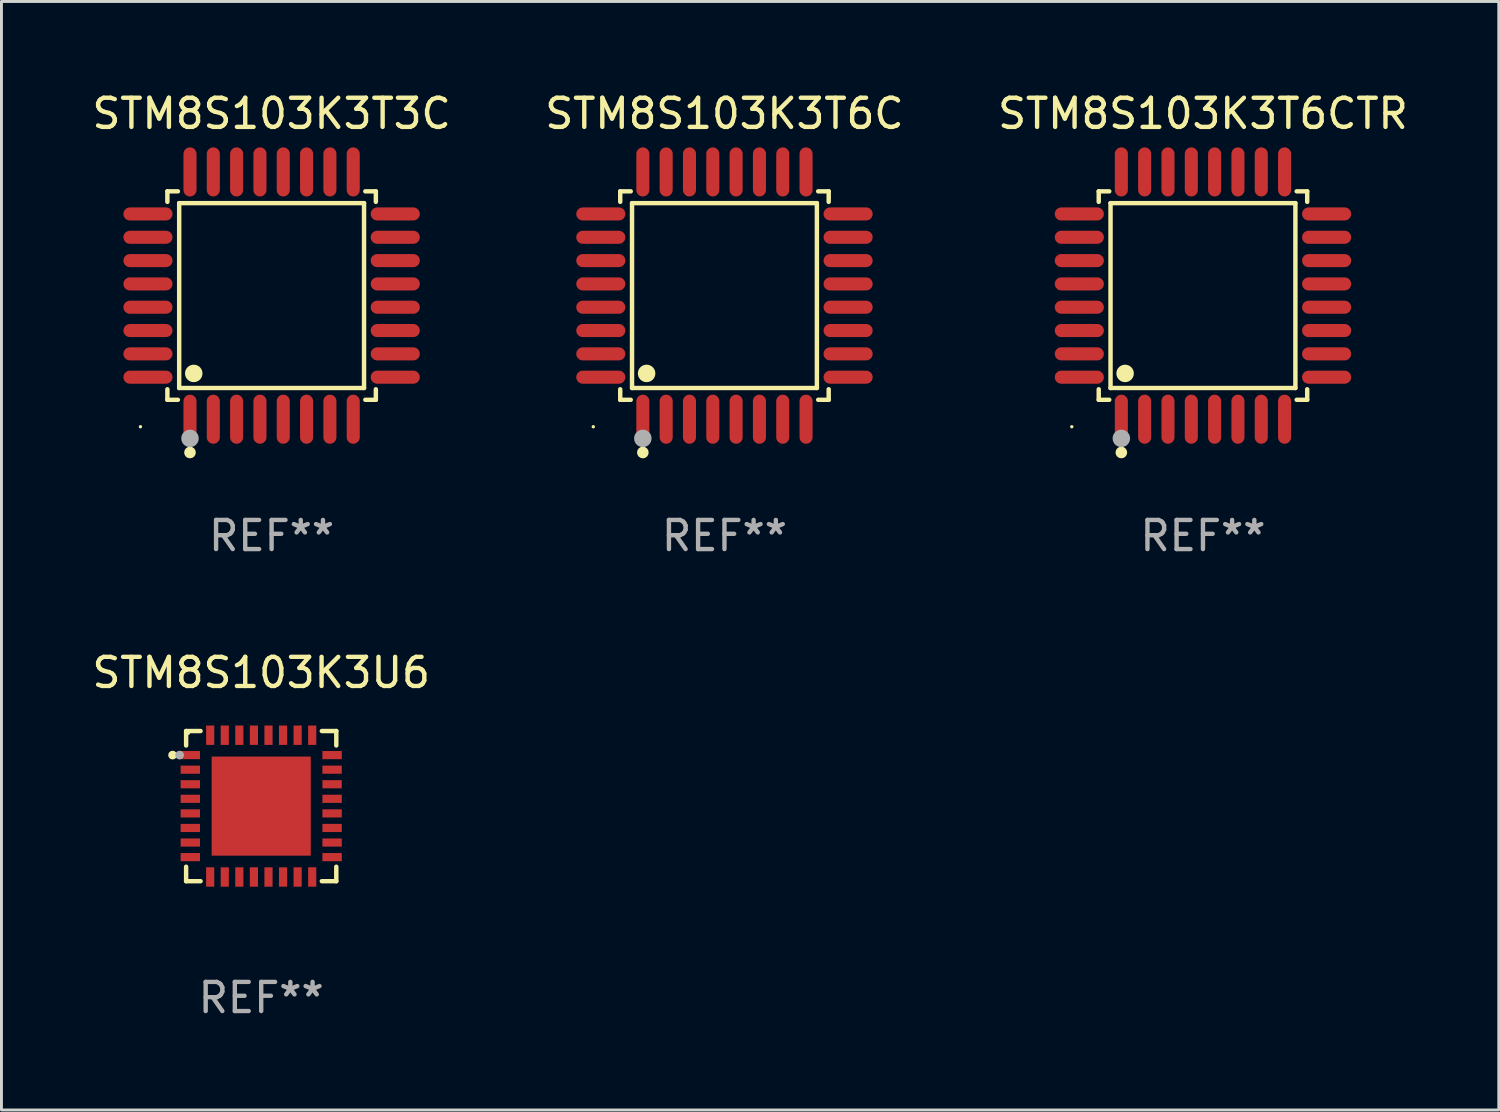
<source format=kicad_pcb>
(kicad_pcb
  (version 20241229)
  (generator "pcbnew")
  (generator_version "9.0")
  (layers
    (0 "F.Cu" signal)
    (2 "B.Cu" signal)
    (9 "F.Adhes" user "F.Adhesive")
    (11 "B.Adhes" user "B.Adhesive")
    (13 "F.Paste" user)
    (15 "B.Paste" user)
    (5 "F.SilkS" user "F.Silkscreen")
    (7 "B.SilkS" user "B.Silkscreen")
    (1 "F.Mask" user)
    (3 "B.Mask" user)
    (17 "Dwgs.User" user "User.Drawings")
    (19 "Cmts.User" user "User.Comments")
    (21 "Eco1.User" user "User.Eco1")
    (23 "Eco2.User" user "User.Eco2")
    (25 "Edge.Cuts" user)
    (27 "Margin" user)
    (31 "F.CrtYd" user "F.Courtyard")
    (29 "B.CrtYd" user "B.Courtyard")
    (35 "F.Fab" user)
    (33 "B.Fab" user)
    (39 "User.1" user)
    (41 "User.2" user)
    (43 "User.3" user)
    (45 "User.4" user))
  (footprint "STM8S103K3U6"
    (layer "F.Cu")
    (at 5.911 24.605)
    (property "Reference" "STM8S103K3U6" (at 0 -4.576 0) (layer "F.SilkS") (effects (font (size 1 1) (thickness 0.15))))
    (attr through_hole)
    (fp_line (start -2.576 -2.576) (end -2.576 -2.08) (stroke (width 0.152) (type solid)) (layer "F.SilkS"))
    (fp_line (start -2.576 2.576) (end -2.576 2.08) (stroke (width 0.152) (type solid)) (layer "F.SilkS"))
    (fp_line (start -2.08 -2.576) (end -2.576 -2.576) (stroke (width 0.152) (type solid)) (layer "F.SilkS"))
    (fp_line (start -2.08 2.576) (end -2.576 2.576) (stroke (width 0.152) (type solid)) (layer "F.SilkS"))
    (fp_line (start 2.08 -2.576) (end 2.576 -2.576) (stroke (width 0.152) (type solid)) (layer "F.SilkS"))
    (fp_line (start 2.08 2.576) (end 2.576 2.576) (stroke (width 0.152) (type solid)) (layer "F.SilkS"))
    (fp_line (start 2.576 -2.576) (end 2.576 -2.08) (stroke (width 0.152) (type solid)) (layer "F.SilkS"))
    (fp_line (start 2.576 2.576) (end 2.576 2.08) (stroke (width 0.152) (type solid)) (layer "F.SilkS"))
    (fp_circle (center -3.04 -1.75) (end -2.965 -1.75) (stroke (width 0.15) (type solid)) (fill no) (layer "F.SilkS"))
    (fp_circle (center -2.5 -2.5) (end -2.47 -2.5) (stroke (width 0.06) (type solid)) (fill no) (layer "F.SilkS"))
    (fp_circle (center -2.8 -1.75) (end -2.725 -1.75) (stroke (width 0.15) (type solid)) (fill no) (layer "F.Fab"))
    (fp_text user "REF**" (at 0 6.576 0) (layer "F.Fab") (effects (font (size 1 1) (thickness 0.15))))
    (pad "1" smd rect (at -2.432 -1.75) (size 0.665 0.28) (layers "F.Cu" "F.Mask" "F.Paste"))
    (pad "2" smd rect (at -2.432 -1.25) (size 0.665 0.28) (layers "F.Cu" "F.Mask" "F.Paste"))
    (pad "3" smd rect (at -2.432 -0.75) (size 0.665 0.28) (layers "F.Cu" "F.Mask" "F.Paste"))
    (pad "4" smd rect (at -2.432 -0.25) (size 0.665 0.28) (layers "F.Cu" "F.Mask" "F.Paste"))
    (pad "5" smd rect (at -2.432 0.25) (size 0.665 0.28) (layers "F.Cu" "F.Mask" "F.Paste"))
    (pad "6" smd rect (at -2.432 0.75) (size 0.665 0.28) (layers "F.Cu" "F.Mask" "F.Paste"))
    (pad "7" smd rect (at -2.432 1.25) (size 0.665 0.28) (layers "F.Cu" "F.Mask" "F.Paste"))
    (pad "8" smd rect (at -2.432 1.75) (size 0.665 0.28) (layers "F.Cu" "F.Mask" "F.Paste"))
    (pad "9" smd rect (at -1.75 2.432) (size 0.28 0.665) (layers "F.Cu" "F.Mask" "F.Paste"))
    (pad "10" smd rect (at -1.25 2.432) (size 0.28 0.665) (layers "F.Cu" "F.Mask" "F.Paste"))
    (pad "11" smd rect (at -0.75 2.432) (size 0.28 0.665) (layers "F.Cu" "F.Mask" "F.Paste"))
    (pad "12" smd rect (at -0.25 2.432) (size 0.28 0.665) (layers "F.Cu" "F.Mask" "F.Paste"))
    (pad "13" smd rect (at 0.25 2.432) (size 0.28 0.665) (layers "F.Cu" "F.Mask" "F.Paste"))
    (pad "14" smd rect (at 0.75 2.432) (size 0.28 0.665) (layers "F.Cu" "F.Mask" "F.Paste"))
    (pad "15" smd rect (at 1.25 2.432) (size 0.28 0.665) (layers "F.Cu" "F.Mask" "F.Paste"))
    (pad "16" smd rect (at 1.75 2.432) (size 0.28 0.665) (layers "F.Cu" "F.Mask" "F.Paste"))
    (pad "17" smd rect (at 2.432 1.75) (size 0.665 0.28) (layers "F.Cu" "F.Mask" "F.Paste"))
    (pad "18" smd rect (at 2.432 1.25) (size 0.665 0.28) (layers "F.Cu" "F.Mask" "F.Paste"))
    (pad "19" smd rect (at 2.432 0.75) (size 0.665 0.28) (layers "F.Cu" "F.Mask" "F.Paste"))
    (pad "20" smd rect (at 2.432 0.25) (size 0.665 0.28) (layers "F.Cu" "F.Mask" "F.Paste"))
    (pad "21" smd rect (at 2.432 -0.25) (size 0.665 0.28) (layers "F.Cu" "F.Mask" "F.Paste"))
    (pad "22" smd rect (at 2.432 -0.75) (size 0.665 0.28) (layers "F.Cu" "F.Mask" "F.Paste"))
    (pad "23" smd rect (at 2.432 -1.25) (size 0.665 0.28) (layers "F.Cu" "F.Mask" "F.Paste"))
    (pad "24" smd rect (at 2.432 -1.75) (size 0.665 0.28) (layers "F.Cu" "F.Mask" "F.Paste"))
    (pad "25" smd rect (at 1.75 -2.432) (size 0.28 0.665) (layers "F.Cu" "F.Mask" "F.Paste"))
    (pad "26" smd rect (at 1.25 -2.432) (size 0.28 0.665) (layers "F.Cu" "F.Mask" "F.Paste"))
    (pad "27" smd rect (at 0.75 -2.432) (size 0.28 0.665) (layers "F.Cu" "F.Mask" "F.Paste"))
    (pad "28" smd rect (at 0.25 -2.432) (size 0.28 0.665) (layers "F.Cu" "F.Mask" "F.Paste"))
    (pad "29" smd rect (at -0.25 -2.432) (size 0.28 0.665) (layers "F.Cu" "F.Mask" "F.Paste"))
    (pad "30" smd rect (at -0.75 -2.432) (size 0.28 0.665) (layers "F.Cu" "F.Mask" "F.Paste"))
    (pad "31" smd rect (at -1.25 -2.432) (size 0.28 0.665) (layers "F.Cu" "F.Mask" "F.Paste"))
    (pad "32" smd rect (at -1.75 -2.432) (size 0.28 0.665) (layers "F.Cu" "F.Mask" "F.Paste"))
    (pad "33" smd rect (at 0 0) (size 3.4 3.4) (layers "F.Cu" "F.Mask" "F.Paste")))
  (footprint "STM8S103K3T3C"
    (layer "F.Cu")
    (at 6.268 7.09)
    (property "Reference" "STM8S103K3T3C" (at 0 -6.242 0) (layer "F.SilkS") (effects (font (size 1 1) (thickness 0.15))))
    (attr through_hole)
    (fp_line (start -3.576 -3.576) (end -3.215 -3.576) (stroke (width 0.152) (type solid)) (layer "F.SilkS"))
    (fp_line (start -3.576 -3.215) (end -3.576 -3.576) (stroke (width 0.152) (type solid)) (layer "F.SilkS"))
    (fp_line (start -3.576 3.215) (end -3.576 3.576) (stroke (width 0.152) (type solid)) (layer "F.SilkS"))
    (fp_line (start -3.576 3.576) (end -3.215 3.576) (stroke (width 0.152) (type solid)) (layer "F.SilkS"))
    (fp_line (start -3.171 -3.171) (end 3.171 -3.171) (stroke (width 0.152) (type solid)) (layer "F.SilkS"))
    (fp_line (start -3.171 3.171) (end -3.171 -3.171) (stroke (width 0.152) (type solid)) (layer "F.SilkS"))
    (fp_line (start 3.171 -3.171) (end 3.171 3.171) (stroke (width 0.152) (type solid)) (layer "F.SilkS"))
    (fp_line (start 3.171 3.171) (end -3.171 3.171) (stroke (width 0.152) (type solid)) (layer "F.SilkS"))
    (fp_line (start 3.576 -3.576) (end 3.215 -3.576) (stroke (width 0.152) (type solid)) (layer "F.SilkS"))
    (fp_line (start 3.576 -3.215) (end 3.576 -3.576) (stroke (width 0.152) (type solid)) (layer "F.SilkS"))
    (fp_line (start 3.576 3.215) (end 3.576 3.576) (stroke (width 0.152) (type solid)) (layer "F.SilkS"))
    (fp_line (start 3.576 3.576) (end 3.215 3.576) (stroke (width 0.152) (type solid)) (layer "F.SilkS"))
    (fp_circle (center -4.5 4.5) (end -4.47 4.5) (stroke (width 0.06) (type solid)) (fill no) (layer "F.SilkS"))
    (fp_circle (center -2.8 5.384) (end -2.7 5.384) (stroke (width 0.2) (type solid)) (fill no) (layer "F.SilkS"))
    (fp_circle (center -2.671 2.671) (end -2.521 2.671) (stroke (width 0.3) (type solid)) (fill no) (layer "F.SilkS"))
    (fp_circle (center -2.8 4.9) (end -2.65 4.9) (stroke (width 0.3) (type solid)) (fill no) (layer "F.Fab"))
    (fp_text user "REF**" (at 0 8.242 0) (layer "F.Fab") (effects (font (size 1 1) (thickness 0.15))))
    (pad "1" smd oval (at -2.8 4.242) (size 0.448 1.684) (layers "F.Cu" "F.Mask" "F.Paste"))
    (pad "2" smd oval (at -2 4.242) (size 0.448 1.684) (layers "F.Cu" "F.Mask" "F.Paste"))
    (pad "3" smd oval (at -1.2 4.242) (size 0.448 1.684) (layers "F.Cu" "F.Mask" "F.Paste"))
    (pad "4" smd oval (at -0.4 4.242) (size 0.448 1.684) (layers "F.Cu" "F.Mask" "F.Paste"))
    (pad "5" smd oval (at 0.4 4.242) (size 0.448 1.684) (layers "F.Cu" "F.Mask" "F.Paste"))
    (pad "6" smd oval (at 1.2 4.242) (size 0.448 1.684) (layers "F.Cu" "F.Mask" "F.Paste"))
    (pad "7" smd oval (at 2 4.242) (size 0.448 1.684) (layers "F.Cu" "F.Mask" "F.Paste"))
    (pad "8" smd oval (at 2.8 4.242) (size 0.448 1.684) (layers "F.Cu" "F.Mask" "F.Paste"))
    (pad "9" smd oval (at 4.242 2.8) (size 1.684 0.448) (layers "F.Cu" "F.Mask" "F.Paste"))
    (pad "10" smd oval (at 4.242 2) (size 1.684 0.448) (layers "F.Cu" "F.Mask" "F.Paste"))
    (pad "11" smd oval (at 4.242 1.2) (size 1.684 0.448) (layers "F.Cu" "F.Mask" "F.Paste"))
    (pad "12" smd oval (at 4.242 0.4) (size 1.684 0.448) (layers "F.Cu" "F.Mask" "F.Paste"))
    (pad "13" smd oval (at 4.242 -0.4) (size 1.684 0.448) (layers "F.Cu" "F.Mask" "F.Paste"))
    (pad "14" smd oval (at 4.242 -1.2) (size 1.684 0.448) (layers "F.Cu" "F.Mask" "F.Paste"))
    (pad "15" smd oval (at 4.242 -2) (size 1.684 0.448) (layers "F.Cu" "F.Mask" "F.Paste"))
    (pad "16" smd oval (at 4.242 -2.8) (size 1.684 0.448) (layers "F.Cu" "F.Mask" "F.Paste"))
    (pad "17" smd oval (at 2.8 -4.242) (size 0.448 1.684) (layers "F.Cu" "F.Mask" "F.Paste"))
    (pad "18" smd oval (at 2 -4.242) (size 0.448 1.684) (layers "F.Cu" "F.Mask" "F.Paste"))
    (pad "19" smd oval (at 1.2 -4.242) (size 0.448 1.684) (layers "F.Cu" "F.Mask" "F.Paste"))
    (pad "20" smd oval (at 0.4 -4.242) (size 0.448 1.684) (layers "F.Cu" "F.Mask" "F.Paste"))
    (pad "21" smd oval (at -0.4 -4.242) (size 0.448 1.684) (layers "F.Cu" "F.Mask" "F.Paste"))
    (pad "22" smd oval (at -1.2 -4.242) (size 0.448 1.684) (layers "F.Cu" "F.Mask" "F.Paste"))
    (pad "23" smd oval (at -2 -4.242) (size 0.448 1.684) (layers "F.Cu" "F.Mask" "F.Paste"))
    (pad "24" smd oval (at -2.8 -4.242) (size 0.448 1.684) (layers "F.Cu" "F.Mask" "F.Paste"))
    (pad "25" smd oval (at -4.242 -2.8) (size 1.684 0.448) (layers "F.Cu" "F.Mask" "F.Paste"))
    (pad "26" smd oval (at -4.242 -2) (size 1.684 0.448) (layers "F.Cu" "F.Mask" "F.Paste"))
    (pad "27" smd oval (at -4.242 -1.2) (size 1.684 0.448) (layers "F.Cu" "F.Mask" "F.Paste"))
    (pad "28" smd oval (at -4.242 -0.4) (size 1.684 0.448) (layers "F.Cu" "F.Mask" "F.Paste"))
    (pad "29" smd oval (at -4.242 0.4) (size 1.684 0.448) (layers "F.Cu" "F.Mask" "F.Paste"))
    (pad "30" smd oval (at -4.242 1.2) (size 1.684 0.448) (layers "F.Cu" "F.Mask" "F.Paste"))
    (pad "31" smd oval (at -4.242 2) (size 1.684 0.448) (layers "F.Cu" "F.Mask" "F.Paste"))
    (pad "32" smd oval (at -4.242 2.8) (size 1.684 0.448) (layers "F.Cu" "F.Mask" "F.Paste")))
  (footprint "STM8S103K3T6CTR"
    (layer "F.Cu")
    (at 38.22 7.09)
    (property "Reference" "STM8S103K3T6CTR" (at 0 -6.242 0) (layer "F.SilkS") (effects (font (size 1 1) (thickness 0.15))))
    (attr through_hole)
    (fp_line (start -3.576 -3.576) (end -3.215 -3.576) (stroke (width 0.152) (type solid)) (layer "F.SilkS"))
    (fp_line (start -3.576 -3.215) (end -3.576 -3.576) (stroke (width 0.152) (type solid)) (layer "F.SilkS"))
    (fp_line (start -3.576 3.215) (end -3.576 3.576) (stroke (width 0.152) (type solid)) (layer "F.SilkS"))
    (fp_line (start -3.576 3.576) (end -3.215 3.576) (stroke (width 0.152) (type solid)) (layer "F.SilkS"))
    (fp_line (start -3.171 -3.171) (end 3.171 -3.171) (stroke (width 0.152) (type solid)) (layer "F.SilkS"))
    (fp_line (start -3.171 3.171) (end -3.171 -3.171) (stroke (width 0.152) (type solid)) (layer "F.SilkS"))
    (fp_line (start 3.171 -3.171) (end 3.171 3.171) (stroke (width 0.152) (type solid)) (layer "F.SilkS"))
    (fp_line (start 3.171 3.171) (end -3.171 3.171) (stroke (width 0.152) (type solid)) (layer "F.SilkS"))
    (fp_line (start 3.576 -3.576) (end 3.215 -3.576) (stroke (width 0.152) (type solid)) (layer "F.SilkS"))
    (fp_line (start 3.576 -3.215) (end 3.576 -3.576) (stroke (width 0.152) (type solid)) (layer "F.SilkS"))
    (fp_line (start 3.576 3.215) (end 3.576 3.576) (stroke (width 0.152) (type solid)) (layer "F.SilkS"))
    (fp_line (start 3.576 3.576) (end 3.215 3.576) (stroke (width 0.152) (type solid)) (layer "F.SilkS"))
    (fp_circle (center -4.5 4.5) (end -4.47 4.5) (stroke (width 0.06) (type solid)) (fill no) (layer "F.SilkS"))
    (fp_circle (center -2.8 5.384) (end -2.7 5.384) (stroke (width 0.2) (type solid)) (fill no) (layer "F.SilkS"))
    (fp_circle (center -2.671 2.671) (end -2.521 2.671) (stroke (width 0.3) (type solid)) (fill no) (layer "F.SilkS"))
    (fp_circle (center -2.8 4.9) (end -2.65 4.9) (stroke (width 0.3) (type solid)) (fill no) (layer "F.Fab"))
    (fp_text user "REF**" (at 0 8.242 0) (layer "F.Fab") (effects (font (size 1 1) (thickness 0.15))))
    (pad "1" smd oval (at -2.8 4.242) (size 0.448 1.684) (layers "F.Cu" "F.Mask" "F.Paste"))
    (pad "2" smd oval (at -2 4.242) (size 0.448 1.684) (layers "F.Cu" "F.Mask" "F.Paste"))
    (pad "3" smd oval (at -1.2 4.242) (size 0.448 1.684) (layers "F.Cu" "F.Mask" "F.Paste"))
    (pad "4" smd oval (at -0.4 4.242) (size 0.448 1.684) (layers "F.Cu" "F.Mask" "F.Paste"))
    (pad "5" smd oval (at 0.4 4.242) (size 0.448 1.684) (layers "F.Cu" "F.Mask" "F.Paste"))
    (pad "6" smd oval (at 1.2 4.242) (size 0.448 1.684) (layers "F.Cu" "F.Mask" "F.Paste"))
    (pad "7" smd oval (at 2 4.242) (size 0.448 1.684) (layers "F.Cu" "F.Mask" "F.Paste"))
    (pad "8" smd oval (at 2.8 4.242) (size 0.448 1.684) (layers "F.Cu" "F.Mask" "F.Paste"))
    (pad "9" smd oval (at 4.242 2.8) (size 1.684 0.448) (layers "F.Cu" "F.Mask" "F.Paste"))
    (pad "10" smd oval (at 4.242 2) (size 1.684 0.448) (layers "F.Cu" "F.Mask" "F.Paste"))
    (pad "11" smd oval (at 4.242 1.2) (size 1.684 0.448) (layers "F.Cu" "F.Mask" "F.Paste"))
    (pad "12" smd oval (at 4.242 0.4) (size 1.684 0.448) (layers "F.Cu" "F.Mask" "F.Paste"))
    (pad "13" smd oval (at 4.242 -0.4) (size 1.684 0.448) (layers "F.Cu" "F.Mask" "F.Paste"))
    (pad "14" smd oval (at 4.242 -1.2) (size 1.684 0.448) (layers "F.Cu" "F.Mask" "F.Paste"))
    (pad "15" smd oval (at 4.242 -2) (size 1.684 0.448) (layers "F.Cu" "F.Mask" "F.Paste"))
    (pad "16" smd oval (at 4.242 -2.8) (size 1.684 0.448) (layers "F.Cu" "F.Mask" "F.Paste"))
    (pad "17" smd oval (at 2.8 -4.242) (size 0.448 1.684) (layers "F.Cu" "F.Mask" "F.Paste"))
    (pad "18" smd oval (at 2 -4.242) (size 0.448 1.684) (layers "F.Cu" "F.Mask" "F.Paste"))
    (pad "19" smd oval (at 1.2 -4.242) (size 0.448 1.684) (layers "F.Cu" "F.Mask" "F.Paste"))
    (pad "20" smd oval (at 0.4 -4.242) (size 0.448 1.684) (layers "F.Cu" "F.Mask" "F.Paste"))
    (pad "21" smd oval (at -0.4 -4.242) (size 0.448 1.684) (layers "F.Cu" "F.Mask" "F.Paste"))
    (pad "22" smd oval (at -1.2 -4.242) (size 0.448 1.684) (layers "F.Cu" "F.Mask" "F.Paste"))
    (pad "23" smd oval (at -2 -4.242) (size 0.448 1.684) (layers "F.Cu" "F.Mask" "F.Paste"))
    (pad "24" smd oval (at -2.8 -4.242) (size 0.448 1.684) (layers "F.Cu" "F.Mask" "F.Paste"))
    (pad "25" smd oval (at -4.242 -2.8) (size 1.684 0.448) (layers "F.Cu" "F.Mask" "F.Paste"))
    (pad "26" smd oval (at -4.242 -2) (size 1.684 0.448) (layers "F.Cu" "F.Mask" "F.Paste"))
    (pad "27" smd oval (at -4.242 -1.2) (size 1.684 0.448) (layers "F.Cu" "F.Mask" "F.Paste"))
    (pad "28" smd oval (at -4.242 -0.4) (size 1.684 0.448) (layers "F.Cu" "F.Mask" "F.Paste"))
    (pad "29" smd oval (at -4.242 0.4) (size 1.684 0.448) (layers "F.Cu" "F.Mask" "F.Paste"))
    (pad "30" smd oval (at -4.242 1.2) (size 1.684 0.448) (layers "F.Cu" "F.Mask" "F.Paste"))
    (pad "31" smd oval (at -4.242 2) (size 1.684 0.448) (layers "F.Cu" "F.Mask" "F.Paste"))
    (pad "32" smd oval (at -4.242 2.8) (size 1.684 0.448) (layers "F.Cu" "F.Mask" "F.Paste")))
  (footprint "STM8S103K3T6C"
    (layer "F.Cu")
    (at 21.804 7.09)
    (property "Reference" "STM8S103K3T6C" (at 0 -6.242 0) (layer "F.SilkS") (effects (font (size 1 1) (thickness 0.15))))
    (attr through_hole)
    (fp_line (start -3.576 -3.576) (end -3.215 -3.576) (stroke (width 0.152) (type solid)) (layer "F.SilkS"))
    (fp_line (start -3.576 -3.215) (end -3.576 -3.576) (stroke (width 0.152) (type solid)) (layer "F.SilkS"))
    (fp_line (start -3.576 3.215) (end -3.576 3.576) (stroke (width 0.152) (type solid)) (layer "F.SilkS"))
    (fp_line (start -3.576 3.576) (end -3.215 3.576) (stroke (width 0.152) (type solid)) (layer "F.SilkS"))
    (fp_line (start -3.171 -3.171) (end 3.171 -3.171) (stroke (width 0.152) (type solid)) (layer "F.SilkS"))
    (fp_line (start -3.171 3.171) (end -3.171 -3.171) (stroke (width 0.152) (type solid)) (layer "F.SilkS"))
    (fp_line (start 3.171 -3.171) (end 3.171 3.171) (stroke (width 0.152) (type solid)) (layer "F.SilkS"))
    (fp_line (start 3.171 3.171) (end -3.171 3.171) (stroke (width 0.152) (type solid)) (layer "F.SilkS"))
    (fp_line (start 3.576 -3.576) (end 3.215 -3.576) (stroke (width 0.152) (type solid)) (layer "F.SilkS"))
    (fp_line (start 3.576 -3.215) (end 3.576 -3.576) (stroke (width 0.152) (type solid)) (layer "F.SilkS"))
    (fp_line (start 3.576 3.215) (end 3.576 3.576) (stroke (width 0.152) (type solid)) (layer "F.SilkS"))
    (fp_line (start 3.576 3.576) (end 3.215 3.576) (stroke (width 0.152) (type solid)) (layer "F.SilkS"))
    (fp_circle (center -4.5 4.5) (end -4.47 4.5) (stroke (width 0.06) (type solid)) (fill no) (layer "F.SilkS"))
    (fp_circle (center -2.8 5.384) (end -2.7 5.384) (stroke (width 0.2) (type solid)) (fill no) (layer "F.SilkS"))
    (fp_circle (center -2.671 2.671) (end -2.521 2.671) (stroke (width 0.3) (type solid)) (fill no) (layer "F.SilkS"))
    (fp_circle (center -2.8 4.9) (end -2.65 4.9) (stroke (width 0.3) (type solid)) (fill no) (layer "F.Fab"))
    (fp_text user "REF**" (at 0 8.242 0) (layer "F.Fab") (effects (font (size 1 1) (thickness 0.15))))
    (pad "1" smd oval (at -2.8 4.242) (size 0.448 1.684) (layers "F.Cu" "F.Mask" "F.Paste"))
    (pad "2" smd oval (at -2 4.242) (size 0.448 1.684) (layers "F.Cu" "F.Mask" "F.Paste"))
    (pad "3" smd oval (at -1.2 4.242) (size 0.448 1.684) (layers "F.Cu" "F.Mask" "F.Paste"))
    (pad "4" smd oval (at -0.4 4.242) (size 0.448 1.684) (layers "F.Cu" "F.Mask" "F.Paste"))
    (pad "5" smd oval (at 0.4 4.242) (size 0.448 1.684) (layers "F.Cu" "F.Mask" "F.Paste"))
    (pad "6" smd oval (at 1.2 4.242) (size 0.448 1.684) (layers "F.Cu" "F.Mask" "F.Paste"))
    (pad "7" smd oval (at 2 4.242) (size 0.448 1.684) (layers "F.Cu" "F.Mask" "F.Paste"))
    (pad "8" smd oval (at 2.8 4.242) (size 0.448 1.684) (layers "F.Cu" "F.Mask" "F.Paste"))
    (pad "9" smd oval (at 4.242 2.8) (size 1.684 0.448) (layers "F.Cu" "F.Mask" "F.Paste"))
    (pad "10" smd oval (at 4.242 2) (size 1.684 0.448) (layers "F.Cu" "F.Mask" "F.Paste"))
    (pad "11" smd oval (at 4.242 1.2) (size 1.684 0.448) (layers "F.Cu" "F.Mask" "F.Paste"))
    (pad "12" smd oval (at 4.242 0.4) (size 1.684 0.448) (layers "F.Cu" "F.Mask" "F.Paste"))
    (pad "13" smd oval (at 4.242 -0.4) (size 1.684 0.448) (layers "F.Cu" "F.Mask" "F.Paste"))
    (pad "14" smd oval (at 4.242 -1.2) (size 1.684 0.448) (layers "F.Cu" "F.Mask" "F.Paste"))
    (pad "15" smd oval (at 4.242 -2) (size 1.684 0.448) (layers "F.Cu" "F.Mask" "F.Paste"))
    (pad "16" smd oval (at 4.242 -2.8) (size 1.684 0.448) (layers "F.Cu" "F.Mask" "F.Paste"))
    (pad "17" smd oval (at 2.8 -4.242) (size 0.448 1.684) (layers "F.Cu" "F.Mask" "F.Paste"))
    (pad "18" smd oval (at 2 -4.242) (size 0.448 1.684) (layers "F.Cu" "F.Mask" "F.Paste"))
    (pad "19" smd oval (at 1.2 -4.242) (size 0.448 1.684) (layers "F.Cu" "F.Mask" "F.Paste"))
    (pad "20" smd oval (at 0.4 -4.242) (size 0.448 1.684) (layers "F.Cu" "F.Mask" "F.Paste"))
    (pad "21" smd oval (at -0.4 -4.242) (size 0.448 1.684) (layers "F.Cu" "F.Mask" "F.Paste"))
    (pad "22" smd oval (at -1.2 -4.242) (size 0.448 1.684) (layers "F.Cu" "F.Mask" "F.Paste"))
    (pad "23" smd oval (at -2 -4.242) (size 0.448 1.684) (layers "F.Cu" "F.Mask" "F.Paste"))
    (pad "24" smd oval (at -2.8 -4.242) (size 0.448 1.684) (layers "F.Cu" "F.Mask" "F.Paste"))
    (pad "25" smd oval (at -4.242 -2.8) (size 1.684 0.448) (layers "F.Cu" "F.Mask" "F.Paste"))
    (pad "26" smd oval (at -4.242 -2) (size 1.684 0.448) (layers "F.Cu" "F.Mask" "F.Paste"))
    (pad "27" smd oval (at -4.242 -1.2) (size 1.684 0.448) (layers "F.Cu" "F.Mask" "F.Paste"))
    (pad "28" smd oval (at -4.242 -0.4) (size 1.684 0.448) (layers "F.Cu" "F.Mask" "F.Paste"))
    (pad "29" smd oval (at -4.242 0.4) (size 1.684 0.448) (layers "F.Cu" "F.Mask" "F.Paste"))
    (pad "30" smd oval (at -4.242 1.2) (size 1.684 0.448) (layers "F.Cu" "F.Mask" "F.Paste"))
    (pad "31" smd oval (at -4.242 2) (size 1.684 0.448) (layers "F.Cu" "F.Mask" "F.Paste"))
    (pad "32" smd oval (at -4.242 2.8) (size 1.684 0.448) (layers "F.Cu" "F.Mask" "F.Paste")))
  (gr_rect
    (start -3 -3)
    (end 48.369 35.03)
    (stroke (width 0.1) (type default))
    (fill no)
    (layer "Edge.Cuts")))
</source>
